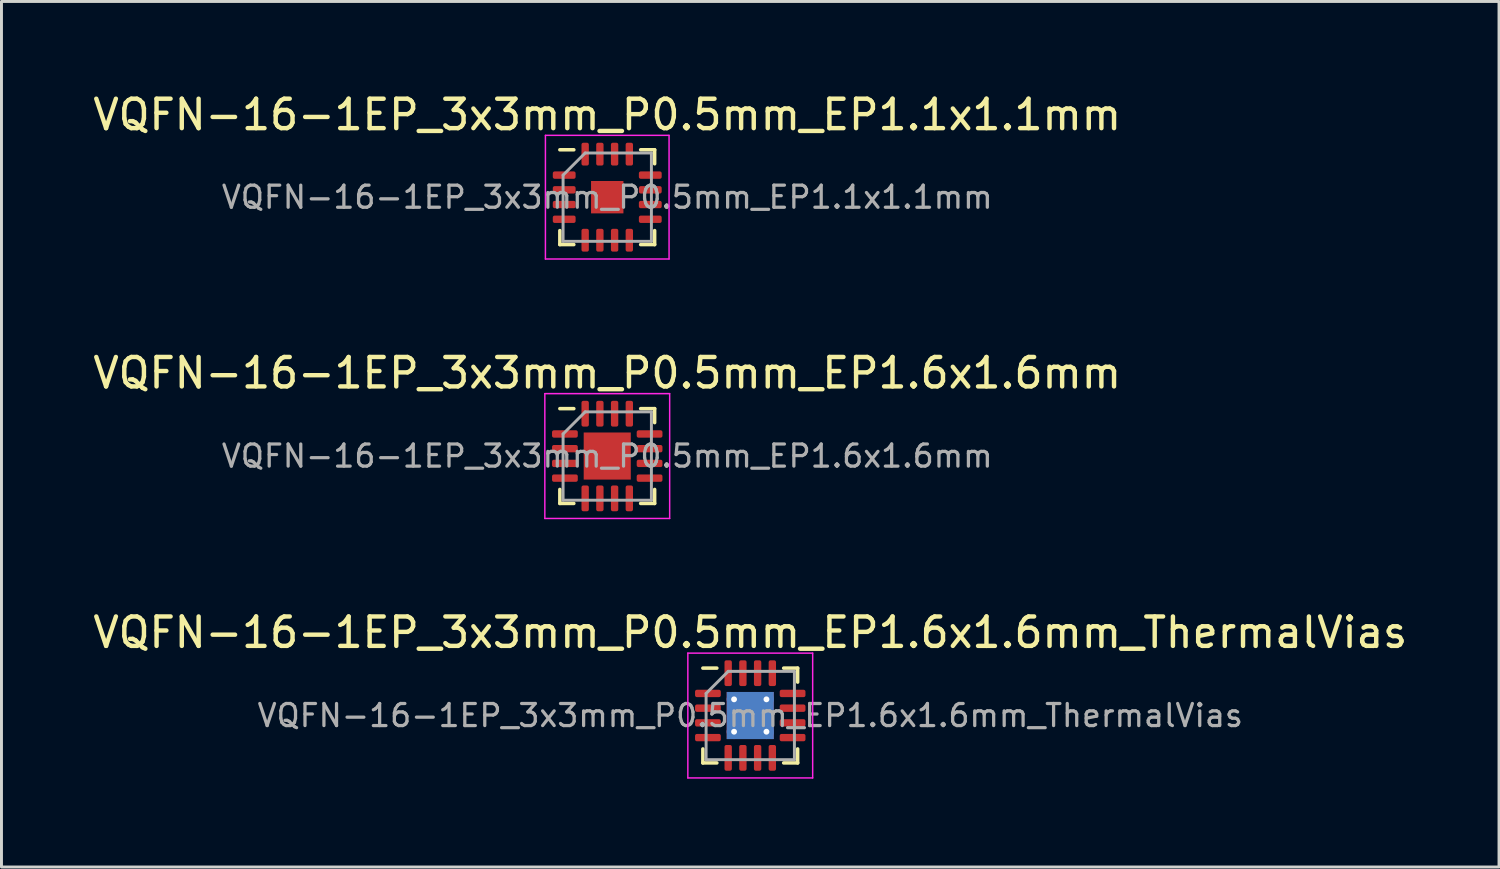
<source format=kicad_pcb>
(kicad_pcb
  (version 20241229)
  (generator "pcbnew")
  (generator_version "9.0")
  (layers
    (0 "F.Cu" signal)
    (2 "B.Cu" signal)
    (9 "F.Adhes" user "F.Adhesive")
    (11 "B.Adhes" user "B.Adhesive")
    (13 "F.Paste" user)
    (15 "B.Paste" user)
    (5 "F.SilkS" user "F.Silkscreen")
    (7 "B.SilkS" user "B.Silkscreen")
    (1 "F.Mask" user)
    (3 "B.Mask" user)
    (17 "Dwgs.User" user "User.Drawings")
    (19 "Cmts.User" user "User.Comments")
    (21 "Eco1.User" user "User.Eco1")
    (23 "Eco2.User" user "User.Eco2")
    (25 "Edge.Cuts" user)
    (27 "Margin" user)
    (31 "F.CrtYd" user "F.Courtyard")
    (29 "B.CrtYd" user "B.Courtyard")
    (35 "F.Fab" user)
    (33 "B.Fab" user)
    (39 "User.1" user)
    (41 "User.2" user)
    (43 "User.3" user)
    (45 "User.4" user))
  (footprint "VQFN-16-1EP_3x3mm_P0.5mm_EP1.1x1.1mm"
    (layer "F.Cu")
    (at 17.577 3.648)
    (property "Reference" "VQFN-16-1EP_3x3mm_P0.5mm_EP1.1x1.1mm" (at 0 -2.8 0) (layer "F.SilkS") (effects (font (size 1 1) (thickness 0.15))))
    (attr smd)
    (fp_line (start -1.61 1.61) (end -1.61 1.135) (stroke (width 0.12) (type solid)) (layer "F.SilkS"))
    (fp_line (start -1.135 -1.61) (end -1.61 -1.61) (stroke (width 0.12) (type solid)) (layer "F.SilkS"))
    (fp_line (start -1.135 1.61) (end -1.61 1.61) (stroke (width 0.12) (type solid)) (layer "F.SilkS"))
    (fp_line (start 1.135 -1.61) (end 1.61 -1.61) (stroke (width 0.12) (type solid)) (layer "F.SilkS"))
    (fp_line (start 1.135 1.61) (end 1.61 1.61) (stroke (width 0.12) (type solid)) (layer "F.SilkS"))
    (fp_line (start 1.61 -1.61) (end 1.61 -1.135) (stroke (width 0.12) (type solid)) (layer "F.SilkS"))
    (fp_line (start 1.61 1.61) (end 1.61 1.135) (stroke (width 0.12) (type solid)) (layer "F.SilkS"))
    (fp_line (start -2.1 -2.1) (end -2.1 2.1) (stroke (width 0.05) (type solid)) (layer "F.CrtYd"))
    (fp_line (start -2.1 2.1) (end 2.1 2.1) (stroke (width 0.05) (type solid)) (layer "F.CrtYd"))
    (fp_line (start 2.1 -2.1) (end -2.1 -2.1) (stroke (width 0.05) (type solid)) (layer "F.CrtYd"))
    (fp_line (start 2.1 2.1) (end 2.1 -2.1) (stroke (width 0.05) (type solid)) (layer "F.CrtYd"))
    (fp_line (start -1.5 -0.75) (end -0.75 -1.5) (stroke (width 0.1) (type solid)) (layer "F.Fab"))
    (fp_line (start -1.5 1.5) (end -1.5 -0.75) (stroke (width 0.1) (type solid)) (layer "F.Fab"))
    (fp_line (start -0.75 -1.5) (end 1.5 -1.5) (stroke (width 0.1) (type solid)) (layer "F.Fab"))
    (fp_line (start 1.5 -1.5) (end 1.5 1.5) (stroke (width 0.1) (type solid)) (layer "F.Fab"))
    (fp_line (start 1.5 1.5) (end -1.5 1.5) (stroke (width 0.1) (type solid)) (layer "F.Fab"))
    (fp_text user "${REFERENCE}" (at 0 0 0) (layer "F.Fab") (effects (font (size 0.75 0.75) (thickness 0.11))))
    (pad "" smd roundrect (at 0 0) (size 0.89 0.89) (layers "F.Paste") (roundrect_rratio 0.25))
    (pad "1" smd roundrect (at -1.462 -0.75) (size 0.775 0.25) (layers "F.Cu" "F.Mask" "F.Paste") (roundrect_rratio 0.25))
    (pad "2" smd roundrect (at -1.462 -0.25) (size 0.775 0.25) (layers "F.Cu" "F.Mask" "F.Paste") (roundrect_rratio 0.25))
    (pad "3" smd roundrect (at -1.462 0.25) (size 0.775 0.25) (layers "F.Cu" "F.Mask" "F.Paste") (roundrect_rratio 0.25))
    (pad "4" smd roundrect (at -1.462 0.75) (size 0.775 0.25) (layers "F.Cu" "F.Mask" "F.Paste") (roundrect_rratio 0.25))
    (pad "5" smd roundrect (at -0.75 1.462) (size 0.25 0.775) (layers "F.Cu" "F.Mask" "F.Paste") (roundrect_rratio 0.25))
    (pad "6" smd roundrect (at -0.25 1.462) (size 0.25 0.775) (layers "F.Cu" "F.Mask" "F.Paste") (roundrect_rratio 0.25))
    (pad "7" smd roundrect (at 0.25 1.462) (size 0.25 0.775) (layers "F.Cu" "F.Mask" "F.Paste") (roundrect_rratio 0.25))
    (pad "8" smd roundrect (at 0.75 1.462) (size 0.25 0.775) (layers "F.Cu" "F.Mask" "F.Paste") (roundrect_rratio 0.25))
    (pad "9" smd roundrect (at 1.462 0.75) (size 0.775 0.25) (layers "F.Cu" "F.Mask" "F.Paste") (roundrect_rratio 0.25))
    (pad "10" smd roundrect (at 1.462 0.25) (size 0.775 0.25) (layers "F.Cu" "F.Mask" "F.Paste") (roundrect_rratio 0.25))
    (pad "11" smd roundrect (at 1.462 -0.25) (size 0.775 0.25) (layers "F.Cu" "F.Mask" "F.Paste") (roundrect_rratio 0.25))
    (pad "12" smd roundrect (at 1.462 -0.75) (size 0.775 0.25) (layers "F.Cu" "F.Mask" "F.Paste") (roundrect_rratio 0.25))
    (pad "13" smd roundrect (at 0.75 -1.462) (size 0.25 0.775) (layers "F.Cu" "F.Mask" "F.Paste") (roundrect_rratio 0.25))
    (pad "14" smd roundrect (at 0.25 -1.462) (size 0.25 0.775) (layers "F.Cu" "F.Mask" "F.Paste") (roundrect_rratio 0.25))
    (pad "15" smd roundrect (at -0.25 -1.462) (size 0.25 0.775) (layers "F.Cu" "F.Mask" "F.Paste") (roundrect_rratio 0.25))
    (pad "16" smd roundrect (at -0.75 -1.462) (size 0.25 0.775) (layers "F.Cu" "F.Mask" "F.Paste") (roundrect_rratio 0.25))
    (pad "17" smd rect (at 0 0) (size 1.1 1.1) (layers "F.Cu" "F.Mask")))
  (footprint "VQFN-16-1EP_3x3mm_P0.5mm_EP1.6x1.6mm_ThermalVias"
    (layer "F.Cu")
    (at 22.435 21.255)
    (property "Reference" "VQFN-16-1EP_3x3mm_P0.5mm_EP1.6x1.6mm_ThermalVias" (at 0 -2.82 0) (layer "F.SilkS") (effects (font (size 1 1) (thickness 0.15))))
    (attr smd)
    (fp_line (start -1.61 1.61) (end -1.61 1.135) (stroke (width 0.12) (type solid)) (layer "F.SilkS"))
    (fp_line (start -1.135 -1.61) (end -1.61 -1.61) (stroke (width 0.12) (type solid)) (layer "F.SilkS"))
    (fp_line (start -1.135 1.61) (end -1.61 1.61) (stroke (width 0.12) (type solid)) (layer "F.SilkS"))
    (fp_line (start 1.135 -1.61) (end 1.61 -1.61) (stroke (width 0.12) (type solid)) (layer "F.SilkS"))
    (fp_line (start 1.135 1.61) (end 1.61 1.61) (stroke (width 0.12) (type solid)) (layer "F.SilkS"))
    (fp_line (start 1.61 -1.61) (end 1.61 -1.135) (stroke (width 0.12) (type solid)) (layer "F.SilkS"))
    (fp_line (start 1.61 1.61) (end 1.61 1.135) (stroke (width 0.12) (type solid)) (layer "F.SilkS"))
    (fp_line (start -2.12 -2.12) (end -2.12 2.12) (stroke (width 0.05) (type solid)) (layer "F.CrtYd"))
    (fp_line (start -2.12 2.12) (end 2.12 2.12) (stroke (width 0.05) (type solid)) (layer "F.CrtYd"))
    (fp_line (start 2.12 -2.12) (end -2.12 -2.12) (stroke (width 0.05) (type solid)) (layer "F.CrtYd"))
    (fp_line (start 2.12 2.12) (end 2.12 -2.12) (stroke (width 0.05) (type solid)) (layer "F.CrtYd"))
    (fp_line (start -1.5 -0.75) (end -0.75 -1.5) (stroke (width 0.1) (type solid)) (layer "F.Fab"))
    (fp_line (start -1.5 1.5) (end -1.5 -0.75) (stroke (width 0.1) (type solid)) (layer "F.Fab"))
    (fp_line (start -0.75 -1.5) (end 1.5 -1.5) (stroke (width 0.1) (type solid)) (layer "F.Fab"))
    (fp_line (start 1.5 -1.5) (end 1.5 1.5) (stroke (width 0.1) (type solid)) (layer "F.Fab"))
    (fp_line (start 1.5 1.5) (end -1.5 1.5) (stroke (width 0.1) (type solid)) (layer "F.Fab"))
    (fp_text user "${REFERENCE}" (at 0 0 0) (layer "F.Fab") (effects (font (size 0.75 0.75) (thickness 0.11))))
    (pad "" smd roundrect (at -0.4 -0.4) (size 0.69 0.69) (layers "F.Paste") (roundrect_rratio 0.25))
    (pad "" smd roundrect (at -0.4 0.4) (size 0.69 0.69) (layers "F.Paste") (roundrect_rratio 0.25))
    (pad "" smd roundrect (at 0.4 -0.4) (size 0.69 0.69) (layers "F.Paste") (roundrect_rratio 0.25))
    (pad "" smd roundrect (at 0.4 0.4) (size 0.69 0.69) (layers "F.Paste") (roundrect_rratio 0.25))
    (pad "1" smd roundrect (at -1.438 -0.75) (size 0.875 0.25) (layers "F.Cu" "F.Mask" "F.Paste") (roundrect_rratio 0.25))
    (pad "2" smd roundrect (at -1.438 -0.25) (size 0.875 0.25) (layers "F.Cu" "F.Mask" "F.Paste") (roundrect_rratio 0.25))
    (pad "3" smd roundrect (at -1.438 0.25) (size 0.875 0.25) (layers "F.Cu" "F.Mask" "F.Paste") (roundrect_rratio 0.25))
    (pad "4" smd roundrect (at -1.438 0.75) (size 0.875 0.25) (layers "F.Cu" "F.Mask" "F.Paste") (roundrect_rratio 0.25))
    (pad "5" smd roundrect (at -0.75 1.438) (size 0.25 0.875) (layers "F.Cu" "F.Mask" "F.Paste") (roundrect_rratio 0.25))
    (pad "6" smd roundrect (at -0.25 1.438) (size 0.25 0.875) (layers "F.Cu" "F.Mask" "F.Paste") (roundrect_rratio 0.25))
    (pad "7" smd roundrect (at 0.25 1.438) (size 0.25 0.875) (layers "F.Cu" "F.Mask" "F.Paste") (roundrect_rratio 0.25))
    (pad "8" smd roundrect (at 0.75 1.438) (size 0.25 0.875) (layers "F.Cu" "F.Mask" "F.Paste") (roundrect_rratio 0.25))
    (pad "9" smd roundrect (at 1.438 0.75) (size 0.875 0.25) (layers "F.Cu" "F.Mask" "F.Paste") (roundrect_rratio 0.25))
    (pad "10" smd roundrect (at 1.438 0.25) (size 0.875 0.25) (layers "F.Cu" "F.Mask" "F.Paste") (roundrect_rratio 0.25))
    (pad "11" smd roundrect (at 1.438 -0.25) (size 0.875 0.25) (layers "F.Cu" "F.Mask" "F.Paste") (roundrect_rratio 0.25))
    (pad "12" smd roundrect (at 1.438 -0.75) (size 0.875 0.25) (layers "F.Cu" "F.Mask" "F.Paste") (roundrect_rratio 0.25))
    (pad "13" smd roundrect (at 0.75 -1.438) (size 0.25 0.875) (layers "F.Cu" "F.Mask" "F.Paste") (roundrect_rratio 0.25))
    (pad "14" smd roundrect (at 0.25 -1.438) (size 0.25 0.875) (layers "F.Cu" "F.Mask" "F.Paste") (roundrect_rratio 0.25))
    (pad "15" smd roundrect (at -0.25 -1.438) (size 0.25 0.875) (layers "F.Cu" "F.Mask" "F.Paste") (roundrect_rratio 0.25))
    (pad "16" smd roundrect (at -0.75 -1.438) (size 0.25 0.875) (layers "F.Cu" "F.Mask" "F.Paste") (roundrect_rratio 0.25))
    (pad "17" thru_hole circle (at -0.55 -0.55) (size 0.5 0.5) (drill 0.2) (layers "*.Cu"))
    (pad "17" thru_hole circle (at -0.55 0.55) (size 0.5 0.5) (drill 0.2) (layers "*.Cu"))
    (pad "17" smd rect (at 0 0) (size 1.6 1.6) (layers "F.Cu" "F.Mask"))
    (pad "17" smd rect (at 0 0) (size 1.6 1.6) (layers "B.Cu"))
    (pad "17" thru_hole circle (at 0.55 -0.55) (size 0.5 0.5) (drill 0.2) (layers "*.Cu"))
    (pad "17" thru_hole circle (at 0.55 0.55) (size 0.5 0.5) (drill 0.2) (layers "*.Cu")))
  (footprint "VQFN-16-1EP_3x3mm_P0.5mm_EP1.6x1.6mm"
    (layer "F.Cu")
    (at 17.577 12.441)
    (property "Reference" "VQFN-16-1EP_3x3mm_P0.5mm_EP1.6x1.6mm" (at 0 -2.82 0) (layer "F.SilkS") (effects (font (size 1 1) (thickness 0.15))))
    (attr smd)
    (fp_line (start -1.61 1.61) (end -1.61 1.135) (stroke (width 0.12) (type solid)) (layer "F.SilkS"))
    (fp_line (start -1.135 -1.61) (end -1.61 -1.61) (stroke (width 0.12) (type solid)) (layer "F.SilkS"))
    (fp_line (start -1.135 1.61) (end -1.61 1.61) (stroke (width 0.12) (type solid)) (layer "F.SilkS"))
    (fp_line (start 1.135 -1.61) (end 1.61 -1.61) (stroke (width 0.12) (type solid)) (layer "F.SilkS"))
    (fp_line (start 1.135 1.61) (end 1.61 1.61) (stroke (width 0.12) (type solid)) (layer "F.SilkS"))
    (fp_line (start 1.61 -1.61) (end 1.61 -1.135) (stroke (width 0.12) (type solid)) (layer "F.SilkS"))
    (fp_line (start 1.61 1.61) (end 1.61 1.135) (stroke (width 0.12) (type solid)) (layer "F.SilkS"))
    (fp_line (start -2.12 -2.12) (end -2.12 2.12) (stroke (width 0.05) (type solid)) (layer "F.CrtYd"))
    (fp_line (start -2.12 2.12) (end 2.12 2.12) (stroke (width 0.05) (type solid)) (layer "F.CrtYd"))
    (fp_line (start 2.12 -2.12) (end -2.12 -2.12) (stroke (width 0.05) (type solid)) (layer "F.CrtYd"))
    (fp_line (start 2.12 2.12) (end 2.12 -2.12) (stroke (width 0.05) (type solid)) (layer "F.CrtYd"))
    (fp_line (start -1.5 -0.75) (end -0.75 -1.5) (stroke (width 0.1) (type solid)) (layer "F.Fab"))
    (fp_line (start -1.5 1.5) (end -1.5 -0.75) (stroke (width 0.1) (type solid)) (layer "F.Fab"))
    (fp_line (start -0.75 -1.5) (end 1.5 -1.5) (stroke (width 0.1) (type solid)) (layer "F.Fab"))
    (fp_line (start 1.5 -1.5) (end 1.5 1.5) (stroke (width 0.1) (type solid)) (layer "F.Fab"))
    (fp_line (start 1.5 1.5) (end -1.5 1.5) (stroke (width 0.1) (type solid)) (layer "F.Fab"))
    (fp_text user "${REFERENCE}" (at 0 0 0) (layer "F.Fab") (effects (font (size 0.75 0.75) (thickness 0.11))))
    (pad "" smd roundrect (at -0.4 -0.4) (size 0.64 0.64) (layers "F.Paste") (roundrect_rratio 0.25))
    (pad "" smd roundrect (at -0.4 0.4) (size 0.64 0.64) (layers "F.Paste") (roundrect_rratio 0.25))
    (pad "" smd roundrect (at 0.4 -0.4) (size 0.64 0.64) (layers "F.Paste") (roundrect_rratio 0.25))
    (pad "" smd roundrect (at 0.4 0.4) (size 0.64 0.64) (layers "F.Paste") (roundrect_rratio 0.25))
    (pad "1" smd roundrect (at -1.438 -0.75) (size 0.875 0.25) (layers "F.Cu" "F.Mask" "F.Paste") (roundrect_rratio 0.25))
    (pad "2" smd roundrect (at -1.438 -0.25) (size 0.875 0.25) (layers "F.Cu" "F.Mask" "F.Paste") (roundrect_rratio 0.25))
    (pad "3" smd roundrect (at -1.438 0.25) (size 0.875 0.25) (layers "F.Cu" "F.Mask" "F.Paste") (roundrect_rratio 0.25))
    (pad "4" smd roundrect (at -1.438 0.75) (size 0.875 0.25) (layers "F.Cu" "F.Mask" "F.Paste") (roundrect_rratio 0.25))
    (pad "5" smd roundrect (at -0.75 1.438) (size 0.25 0.875) (layers "F.Cu" "F.Mask" "F.Paste") (roundrect_rratio 0.25))
    (pad "6" smd roundrect (at -0.25 1.438) (size 0.25 0.875) (layers "F.Cu" "F.Mask" "F.Paste") (roundrect_rratio 0.25))
    (pad "7" smd roundrect (at 0.25 1.438) (size 0.25 0.875) (layers "F.Cu" "F.Mask" "F.Paste") (roundrect_rratio 0.25))
    (pad "8" smd roundrect (at 0.75 1.438) (size 0.25 0.875) (layers "F.Cu" "F.Mask" "F.Paste") (roundrect_rratio 0.25))
    (pad "9" smd roundrect (at 1.438 0.75) (size 0.875 0.25) (layers "F.Cu" "F.Mask" "F.Paste") (roundrect_rratio 0.25))
    (pad "10" smd roundrect (at 1.438 0.25) (size 0.875 0.25) (layers "F.Cu" "F.Mask" "F.Paste") (roundrect_rratio 0.25))
    (pad "11" smd roundrect (at 1.438 -0.25) (size 0.875 0.25) (layers "F.Cu" "F.Mask" "F.Paste") (roundrect_rratio 0.25))
    (pad "12" smd roundrect (at 1.438 -0.75) (size 0.875 0.25) (layers "F.Cu" "F.Mask" "F.Paste") (roundrect_rratio 0.25))
    (pad "13" smd roundrect (at 0.75 -1.438) (size 0.25 0.875) (layers "F.Cu" "F.Mask" "F.Paste") (roundrect_rratio 0.25))
    (pad "14" smd roundrect (at 0.25 -1.438) (size 0.25 0.875) (layers "F.Cu" "F.Mask" "F.Paste") (roundrect_rratio 0.25))
    (pad "15" smd roundrect (at -0.25 -1.438) (size 0.25 0.875) (layers "F.Cu" "F.Mask" "F.Paste") (roundrect_rratio 0.25))
    (pad "16" smd roundrect (at -0.75 -1.438) (size 0.25 0.875) (layers "F.Cu" "F.Mask" "F.Paste") (roundrect_rratio 0.25))
    (pad "17" smd rect (at 0 0) (size 1.6 1.6) (layers "F.Cu" "F.Mask")))
  (gr_rect
    (start -3 -3)
    (end 47.869 26.4)
    (stroke (width 0.1) (type default))
    (fill no)
    (layer "Edge.Cuts")))
</source>
